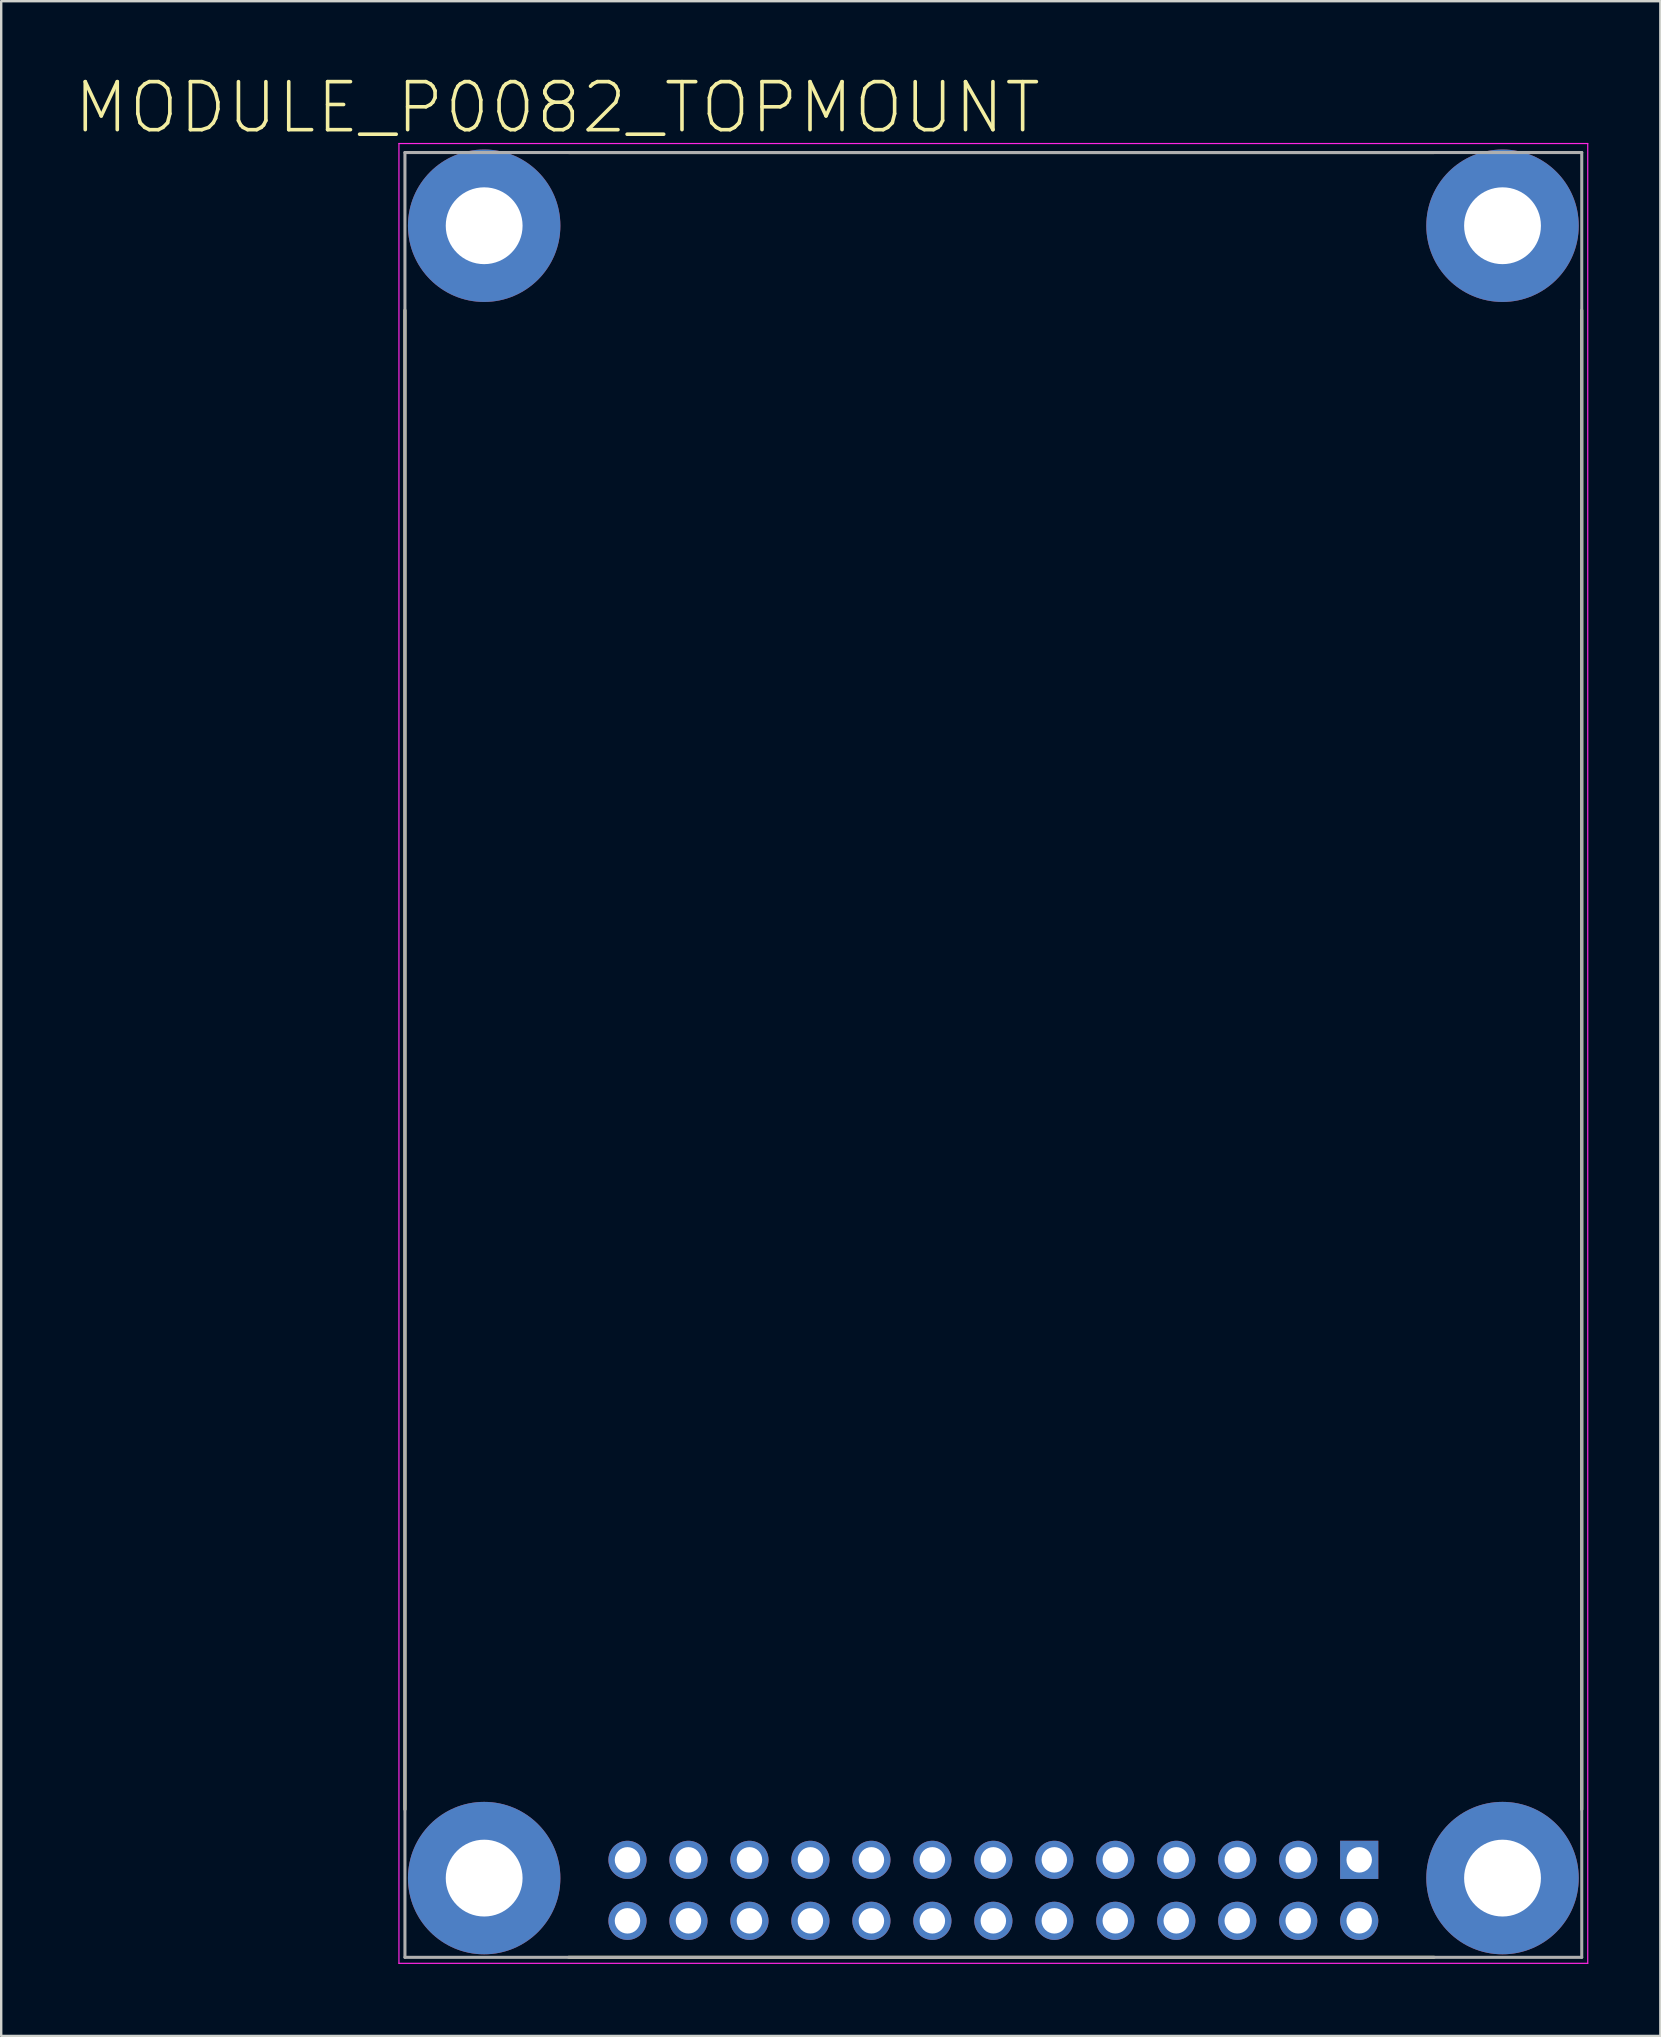
<source format=kicad_pcb>
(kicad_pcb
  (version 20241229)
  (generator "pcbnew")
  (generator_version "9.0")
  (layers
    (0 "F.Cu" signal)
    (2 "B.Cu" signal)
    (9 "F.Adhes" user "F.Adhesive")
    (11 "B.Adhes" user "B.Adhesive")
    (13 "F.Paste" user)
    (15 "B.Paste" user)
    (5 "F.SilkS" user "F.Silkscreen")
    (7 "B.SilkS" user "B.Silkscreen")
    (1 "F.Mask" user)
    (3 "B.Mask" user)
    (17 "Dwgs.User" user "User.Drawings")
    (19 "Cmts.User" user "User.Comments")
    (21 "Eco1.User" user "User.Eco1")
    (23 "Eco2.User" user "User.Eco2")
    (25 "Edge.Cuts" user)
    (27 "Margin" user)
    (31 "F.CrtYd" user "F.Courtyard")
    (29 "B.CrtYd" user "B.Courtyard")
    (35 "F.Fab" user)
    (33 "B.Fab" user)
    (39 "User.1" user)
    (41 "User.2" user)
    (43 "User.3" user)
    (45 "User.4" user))
  (footprint "MODULE_P0082_TOPMOUNT"
    (layer "F.Cu")
    (at 38.328 40.893)
    (property "Reference" "MODULE_P0082_TOPMOUNT" (at -18.16 -39.46 0) (layer "F.SilkS") (effects (font (size 2 2) (thickness 0.15))))
    (attr through_hole)
    (fp_line (start -24.51 -31.02) (end -24.51 31.43) (stroke (width 0.127) (type solid)) (layer "F.SilkS"))
    (fp_line (start -17.69 -37.59) (end 18.36 -37.59) (stroke (width 0.127) (type solid)) (layer "F.SilkS"))
    (fp_line (start -17.69 37.59) (end 18.36 37.59) (stroke (width 0.127) (type solid)) (layer "F.SilkS"))
    (fp_line (start 24.51 -31.02) (end 24.51 31.43) (stroke (width 0.127) (type solid)) (layer "F.SilkS"))
    (fp_line (start -24.76 -37.965) (end 24.76 -37.965) (stroke (width 0.05) (type solid)) (layer "F.CrtYd"))
    (fp_line (start -24.76 37.84) (end -24.76 -37.965) (stroke (width 0.05) (type solid)) (layer "F.CrtYd"))
    (fp_line (start 24.76 -37.965) (end 24.76 37.84) (stroke (width 0.05) (type solid)) (layer "F.CrtYd"))
    (fp_line (start 24.76 37.84) (end -24.76 37.84) (stroke (width 0.05) (type solid)) (layer "F.CrtYd"))
    (fp_line (start -24.51 -37.59) (end 24.51 -37.59) (stroke (width 0.127) (type solid)) (layer "F.Fab"))
    (fp_line (start -24.51 37.59) (end -24.51 -37.59) (stroke (width 0.127) (type solid)) (layer "F.Fab"))
    (fp_line (start 24.51 -37.59) (end 24.51 37.59) (stroke (width 0.127) (type solid)) (layer "F.Fab"))
    (fp_line (start 24.51 37.59) (end -24.51 37.59) (stroke (width 0.127) (type solid)) (layer "F.Fab"))
    (pad "JP3_1" thru_hole rect (at 15.24 33.53) (size 1.59 1.59) (drill 1.06) (layers "*.Cu" "*.Mask"))
    (pad "JP3_2" thru_hole circle (at 15.24 36.07) (size 1.59 1.59) (drill 1.06) (layers "*.Cu" "*.Mask"))
    (pad "JP3_3" thru_hole circle (at 12.7 33.53) (size 1.59 1.59) (drill 1.06) (layers "*.Cu" "*.Mask"))
    (pad "JP3_4" thru_hole circle (at 12.7 36.07) (size 1.59 1.59) (drill 1.06) (layers "*.Cu" "*.Mask"))
    (pad "JP3_5" thru_hole circle (at 10.16 33.53) (size 1.59 1.59) (drill 1.06) (layers "*.Cu" "*.Mask"))
    (pad "JP3_6" thru_hole circle (at 10.16 36.07) (size 1.59 1.59) (drill 1.06) (layers "*.Cu" "*.Mask"))
    (pad "JP3_7" thru_hole circle (at 7.62 33.53) (size 1.59 1.59) (drill 1.06) (layers "*.Cu" "*.Mask"))
    (pad "JP3_8" thru_hole circle (at 7.62 36.07) (size 1.59 1.59) (drill 1.06) (layers "*.Cu" "*.Mask"))
    (pad "JP3_9" thru_hole circle (at 5.08 33.53) (size 1.59 1.59) (drill 1.06) (layers "*.Cu" "*.Mask"))
    (pad "JP3_10" thru_hole circle (at 5.08 36.07) (size 1.59 1.59) (drill 1.06) (layers "*.Cu" "*.Mask"))
    (pad "JP3_11" thru_hole circle (at 2.54 33.53) (size 1.59 1.59) (drill 1.06) (layers "*.Cu" "*.Mask"))
    (pad "JP3_12" thru_hole circle (at 2.54 36.07) (size 1.59 1.59) (drill 1.06) (layers "*.Cu" "*.Mask"))
    (pad "JP3_13" thru_hole circle (at 0 33.53) (size 1.59 1.59) (drill 1.06) (layers "*.Cu" "*.Mask"))
    (pad "JP3_14" thru_hole circle (at 0 36.07) (size 1.59 1.59) (drill 1.06) (layers "*.Cu" "*.Mask"))
    (pad "JP3_15" thru_hole circle (at -2.54 33.53) (size 1.59 1.59) (drill 1.06) (layers "*.Cu" "*.Mask"))
    (pad "JP3_16" thru_hole circle (at -2.54 36.07) (size 1.59 1.59) (drill 1.06) (layers "*.Cu" "*.Mask"))
    (pad "JP3_17" thru_hole circle (at -5.08 33.53) (size 1.59 1.59) (drill 1.06) (layers "*.Cu" "*.Mask"))
    (pad "JP3_18" thru_hole circle (at -5.08 36.07) (size 1.59 1.59) (drill 1.06) (layers "*.Cu" "*.Mask"))
    (pad "JP3_19" thru_hole circle (at -7.62 33.53) (size 1.59 1.59) (drill 1.06) (layers "*.Cu" "*.Mask"))
    (pad "JP3_20" thru_hole circle (at -7.62 36.07) (size 1.59 1.59) (drill 1.06) (layers "*.Cu" "*.Mask"))
    (pad "JP3_21" thru_hole circle (at -10.16 33.53) (size 1.59 1.59) (drill 1.06) (layers "*.Cu" "*.Mask"))
    (pad "JP3_22" thru_hole circle (at -10.16 36.07) (size 1.59 1.59) (drill 1.06) (layers "*.Cu" "*.Mask"))
    (pad "JP3_23" thru_hole circle (at -12.7 33.53) (size 1.59 1.59) (drill 1.06) (layers "*.Cu" "*.Mask"))
    (pad "JP3_24" thru_hole circle (at -12.7 36.07) (size 1.59 1.59) (drill 1.06) (layers "*.Cu" "*.Mask"))
    (pad "JP3_25" thru_hole circle (at -15.24 33.53) (size 1.59 1.59) (drill 1.06) (layers "*.Cu" "*.Mask"))
    (pad "JP3_26" thru_hole circle (at -15.24 36.07) (size 1.59 1.59) (drill 1.06) (layers "*.Cu" "*.Mask"))
    (pad "S1" thru_hole circle (at -21.21 -34.54) (size 6.35 6.35) (drill 3.2) (layers "*.Cu" "*.Mask"))
    (pad "S2" thru_hole circle (at 21.21 -34.54) (size 6.35 6.35) (drill 3.2) (layers "*.Cu" "*.Mask"))
    (pad "S3" thru_hole circle (at -21.21 34.29) (size 6.35 6.35) (drill 3.2) (layers "*.Cu" "*.Mask"))
    (pad "S4" thru_hole circle (at 21.21 34.29) (size 6.35 6.35) (drill 3.2) (layers "*.Cu" "*.Mask")))
  (gr_rect
    (start -3 -3)
    (end 66.113 81.758)
    (stroke (width 0.1) (type default))
    (fill no)
    (layer "Edge.Cuts")))
</source>
